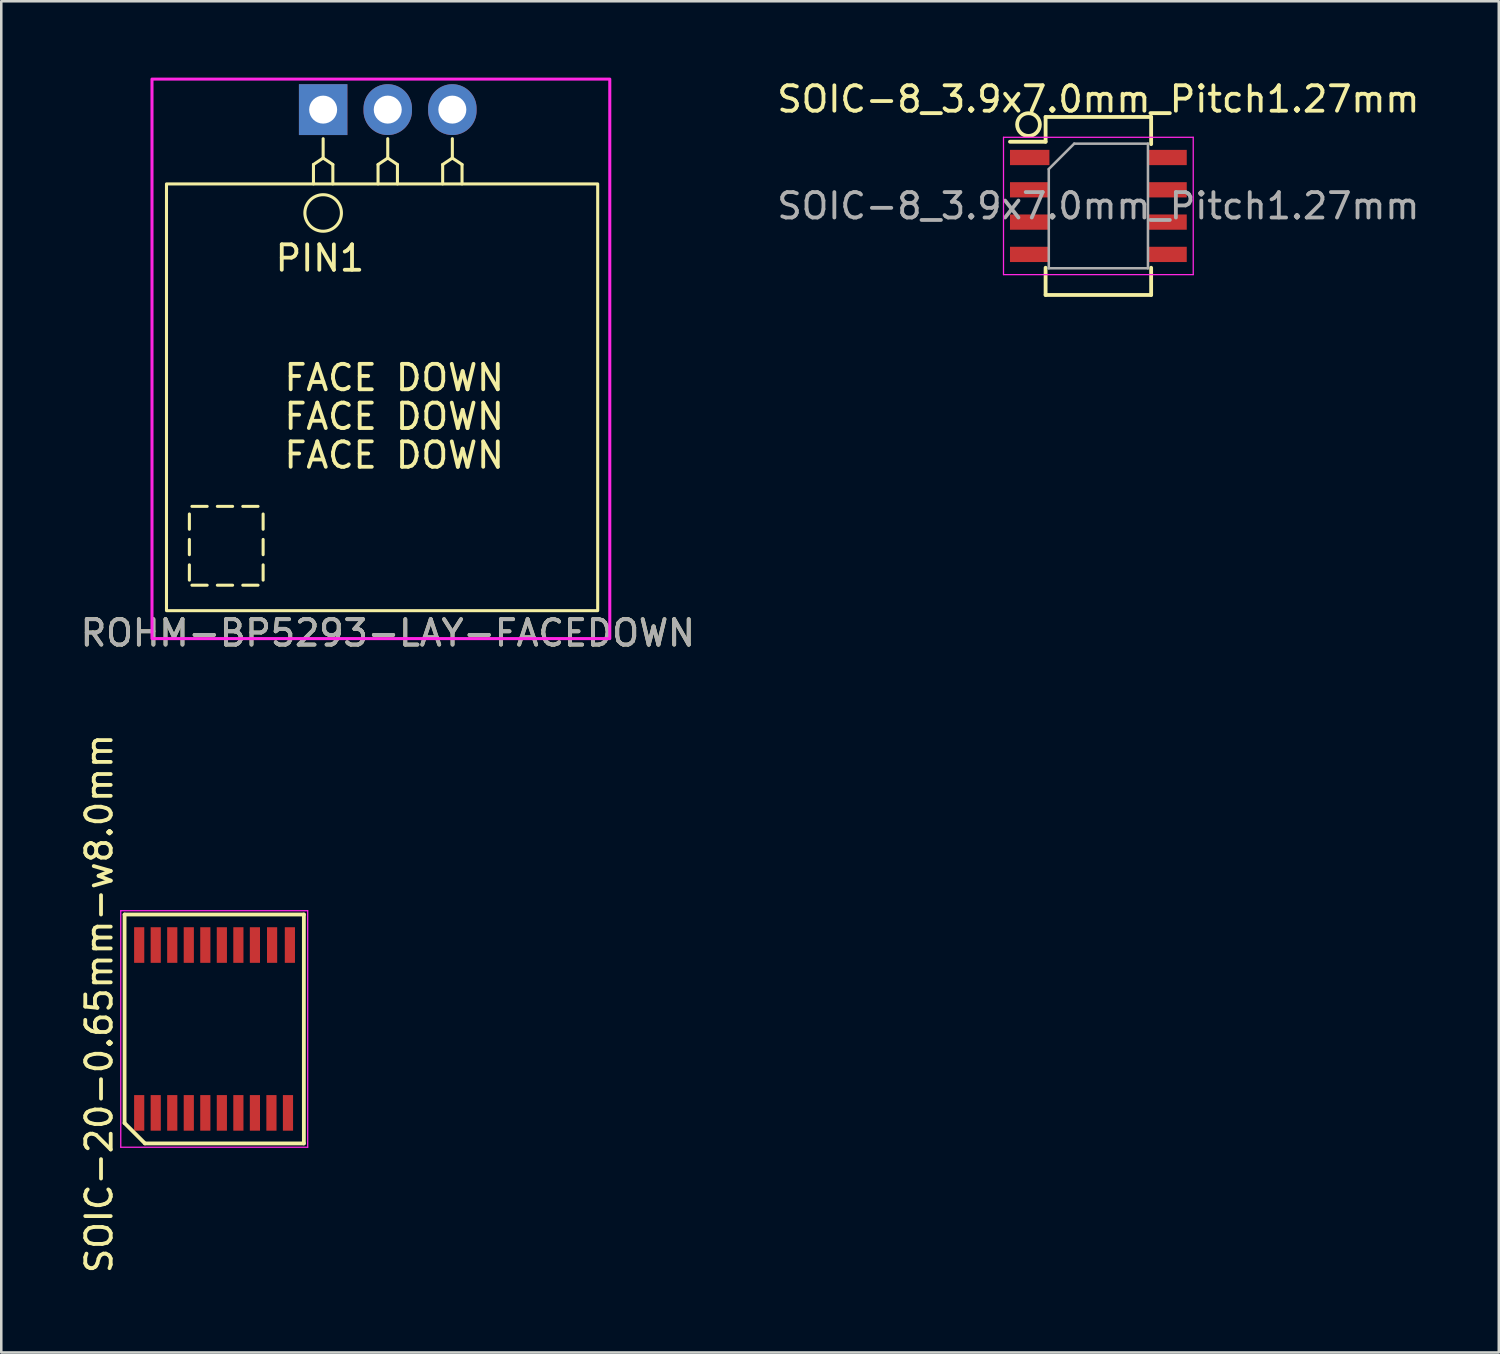
<source format=kicad_pcb>
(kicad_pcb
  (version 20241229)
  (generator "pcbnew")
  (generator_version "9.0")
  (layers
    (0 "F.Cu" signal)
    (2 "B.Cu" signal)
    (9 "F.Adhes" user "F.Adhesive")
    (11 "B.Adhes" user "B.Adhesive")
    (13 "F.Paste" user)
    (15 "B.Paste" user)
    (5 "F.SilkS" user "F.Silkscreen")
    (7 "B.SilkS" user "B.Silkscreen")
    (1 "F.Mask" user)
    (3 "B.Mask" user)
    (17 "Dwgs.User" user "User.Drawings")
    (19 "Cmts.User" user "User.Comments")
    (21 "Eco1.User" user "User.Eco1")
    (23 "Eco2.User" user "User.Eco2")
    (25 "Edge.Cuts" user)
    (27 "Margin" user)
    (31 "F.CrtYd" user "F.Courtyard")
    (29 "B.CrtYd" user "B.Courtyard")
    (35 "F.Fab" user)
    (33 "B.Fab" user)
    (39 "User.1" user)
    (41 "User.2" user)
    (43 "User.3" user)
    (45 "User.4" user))
  (footprint "ROHM-BP5293-LAY-FACEDOWN"
    (layer "F.Cu")
    (at 9.656 1.26)
    (property "Reference" "ROHM-BP5293-LAY-FACEDOWN" (at 2.54 20.58 0) (layer "F.SilkS") (effects (font (size 1 1) (thickness 0.15))))
    (attr through_hole)
    (fp_line (start -5.26 16.5) (end -5.26 15.9) (stroke (width 0.12) (type solid)) (layer "F.SilkS"))
    (fp_line (start -5.26 17.5) (end -5.26 16.9) (stroke (width 0.12) (type solid)) (layer "F.SilkS"))
    (fp_line (start -5.26 18.5) (end -5.26 17.9) (stroke (width 0.12) (type solid)) (layer "F.SilkS"))
    (fp_line (start -5.16 15.6) (end -4.56 15.6) (stroke (width 0.12) (type solid)) (layer "F.SilkS"))
    (fp_line (start -5.16 18.7) (end -4.56 18.7) (stroke (width 0.12) (type solid)) (layer "F.SilkS"))
    (fp_line (start -4.16 15.6) (end -3.56 15.6) (stroke (width 0.12) (type solid)) (layer "F.SilkS"))
    (fp_line (start -4.16 18.7) (end -3.56 18.7) (stroke (width 0.12) (type solid)) (layer "F.SilkS"))
    (fp_line (start -3.16 15.6) (end -2.56 15.6) (stroke (width 0.12) (type solid)) (layer "F.SilkS"))
    (fp_line (start -3.16 18.7) (end -2.56 18.7) (stroke (width 0.12) (type solid)) (layer "F.SilkS"))
    (fp_line (start -2.36 16.5) (end -2.36 15.9) (stroke (width 0.12) (type solid)) (layer "F.SilkS"))
    (fp_line (start -2.36 17.5) (end -2.36 16.9) (stroke (width 0.12) (type solid)) (layer "F.SilkS"))
    (fp_line (start -2.36 18.5) (end -2.36 17.9) (stroke (width 0.12) (type solid)) (layer "F.SilkS"))
    (fp_line (start -0.381 2.159) (end -0.381 2.921) (stroke (width 0.12) (type solid)) (layer "F.SilkS"))
    (fp_line (start 0 1.143) (end 0 1.905) (stroke (width 0.12) (type solid)) (layer "F.SilkS"))
    (fp_line (start 0 1.905) (end -0.381 2.159) (stroke (width 0.12) (type solid)) (layer "F.SilkS"))
    (fp_line (start 0 1.905) (end 0.381 2.159) (stroke (width 0.12) (type solid)) (layer "F.SilkS"))
    (fp_line (start 0.381 2.159) (end 0.381 2.921) (stroke (width 0.12) (type solid)) (layer "F.SilkS"))
    (fp_line (start 2.159 2.159) (end 2.159 2.921) (stroke (width 0.12) (type solid)) (layer "F.SilkS"))
    (fp_line (start 2.54 1.143) (end 2.54 1.905) (stroke (width 0.12) (type solid)) (layer "F.SilkS"))
    (fp_line (start 2.54 1.905) (end 2.159 2.159) (stroke (width 0.12) (type solid)) (layer "F.SilkS"))
    (fp_line (start 2.54 1.905) (end 2.921 2.159) (stroke (width 0.12) (type solid)) (layer "F.SilkS"))
    (fp_line (start 2.921 2.159) (end 2.921 2.921) (stroke (width 0.12) (type solid)) (layer "F.SilkS"))
    (fp_line (start 4.699 2.159) (end 4.699 2.921) (stroke (width 0.12) (type solid)) (layer "F.SilkS"))
    (fp_line (start 5.08 1.143) (end 5.08 1.905) (stroke (width 0.12) (type solid)) (layer "F.SilkS"))
    (fp_line (start 5.08 1.905) (end 4.699 2.159) (stroke (width 0.12) (type solid)) (layer "F.SilkS"))
    (fp_line (start 5.08 1.905) (end 5.461 2.159) (stroke (width 0.12) (type solid)) (layer "F.SilkS"))
    (fp_line (start 5.461 2.159) (end 5.461 2.921) (stroke (width 0.12) (type solid)) (layer "F.SilkS"))
    (fp_rect (start -6.16 2.921) (end 10.795 19.7) (stroke (width 0.12) (type solid)) (fill no) (layer "F.SilkS"))
    (fp_circle (center 0 4.064) (end 0.508 4.572) (stroke (width 0.12) (type solid)) (fill no) (layer "F.SilkS"))
    (fp_rect (start -6.73 -1.2) (end 11.27 20.8) (stroke (width 0.12) (type solid)) (fill no) (layer "F.CrtYd"))
    (fp_text user "PIN1" (at -0.127 5.842 0) (unlocked yes) (layer "F.SilkS") (effects (font (size 1 1) (thickness 0.15))))
    (fp_text user "FACE DOWN" (at 2.794 13.589 0) (unlocked yes) (layer "F.SilkS") (effects (font (size 1 1) (thickness 0.15))))
    (fp_text user "FACE DOWN" (at 2.794 10.541 0) (unlocked yes) (layer "F.SilkS") (effects (font (size 1 1) (thickness 0.15))))
    (fp_text user "FACE DOWN" (at 2.794 12.065 0) (unlocked yes) (layer "F.SilkS") (effects (font (size 1 1) (thickness 0.15))))
    (fp_text user "${REFERENCE}" (at 2.54 20.58 0) (layer "F.Fab") (effects (font (size 1 1) (thickness 0.15))))
    (pad "1" thru_hole rect (at 0 0) (size 1.905 2) (drill 1.1) (layers "*.Cu" "*.Mask"))
    (pad "2" thru_hole oval (at 2.54 0) (size 1.905 2) (drill 1.1) (layers "*.Cu" "*.Mask"))
    (pad "3" thru_hole oval (at 5.08 0) (size 1.905 2) (drill 1.1) (layers "*.Cu" "*.Mask")))
  (footprint "SOIC-20-0.65mm-w8.0mm"
    (layer "F.Cu")
    (at 5.348 37.408)
    (property "Reference" "SOIC-20-0.65mm-w8.0mm" (at -4.5 -1 90) (layer "F.SilkS") (effects (font (size 1 1) (thickness 0.15))))
    (attr smd)
    (fp_line (start -3.5 -4.5) (end 3.55 -4.5) (stroke (width 0.15) (type solid)) (layer "F.SilkS"))
    (fp_line (start -3.5 3.7) (end -3.5 -4.5) (stroke (width 0.15) (type solid)) (layer "F.SilkS"))
    (fp_line (start -2.7 4.5) (end -3.5 3.7) (stroke (width 0.15) (type solid)) (layer "F.SilkS"))
    (fp_line (start 3.55 -4.5) (end 3.55 4.5) (stroke (width 0.15) (type solid)) (layer "F.SilkS"))
    (fp_line (start 3.55 4.5) (end -2.7 4.5) (stroke (width 0.15) (type solid)) (layer "F.SilkS"))
    (fp_line (start -3.65 -4.65) (end 3.7 -4.65) (stroke (width 0.05) (type solid)) (layer "F.CrtYd"))
    (fp_line (start -3.65 4.65) (end -3.65 -4.65) (stroke (width 0.05) (type solid)) (layer "F.CrtYd"))
    (fp_line (start 3.7 -4.65) (end 3.7 4.65) (stroke (width 0.05) (type solid)) (layer "F.CrtYd"))
    (fp_line (start 3.7 4.65) (end -3.65 4.65) (stroke (width 0.05) (type solid)) (layer "F.CrtYd"))
    (pad "1" smd rect (at -2.925 3.3) (size 0.4 1.4) (layers "F.Cu" "F.Mask" "F.Paste"))
    (pad "2" smd rect (at -2.275 3.3) (size 0.4 1.4) (layers "F.Cu" "F.Mask" "F.Paste"))
    (pad "3" smd rect (at -1.625 3.3) (size 0.4 1.4) (layers "F.Cu" "F.Mask" "F.Paste"))
    (pad "4" smd rect (at -0.975 3.3) (size 0.4 1.4) (layers "F.Cu" "F.Mask" "F.Paste"))
    (pad "5" smd rect (at -0.325 3.3) (size 0.4 1.4) (layers "F.Cu" "F.Mask" "F.Paste"))
    (pad "6" smd rect (at 0.325 3.3) (size 0.4 1.4) (layers "F.Cu" "F.Mask" "F.Paste"))
    (pad "7" smd rect (at 0.975 3.3) (size 0.4 1.4) (layers "F.Cu" "F.Mask" "F.Paste"))
    (pad "8" smd rect (at 1.625 3.3) (size 0.4 1.4) (layers "F.Cu" "F.Mask" "F.Paste"))
    (pad "9" smd rect (at 2.275 3.3) (size 0.4 1.4) (layers "F.Cu" "F.Mask" "F.Paste"))
    (pad "10" smd rect (at 2.925 3.3) (size 0.4 1.4) (layers "F.Cu" "F.Mask" "F.Paste"))
    (pad "11" smd rect (at 3 -3.3) (size 0.4 1.4) (layers "F.Cu" "F.Mask" "F.Paste"))
    (pad "12" smd rect (at 2.3 -3.3) (size 0.4 1.4) (layers "F.Cu" "F.Mask" "F.Paste"))
    (pad "13" smd rect (at 1.625 -3.3) (size 0.4 1.4) (layers "F.Cu" "F.Mask" "F.Paste"))
    (pad "14" smd rect (at 0.975 -3.3) (size 0.4 1.4) (layers "F.Cu" "F.Mask" "F.Paste"))
    (pad "15" smd rect (at 0.325 -3.3) (size 0.4 1.4) (layers "F.Cu" "F.Mask" "F.Paste"))
    (pad "16" smd rect (at -0.325 -3.3) (size 0.4 1.4) (layers "F.Cu" "F.Mask" "F.Paste"))
    (pad "17" smd rect (at -0.975 -3.3) (size 0.4 1.4) (layers "F.Cu" "F.Mask" "F.Paste"))
    (pad "18" smd rect (at -1.625 -3.3) (size 0.4 1.4) (layers "F.Cu" "F.Mask" "F.Paste"))
    (pad "19" smd rect (at -2.275 -3.3) (size 0.4 1.4) (layers "F.Cu" "F.Mask" "F.Paste"))
    (pad "20" smd rect (at -2.925 -3.3) (size 0.4 1.4) (layers "F.Cu" "F.Mask" "F.Paste")))
  (footprint "SOIC-8_3.9x7.0mm_Pitch1.27mm"
    (layer "F.Cu")
    (at 40.137 5.048)
    (property "Reference" "SOIC-8_3.9x7.0mm_Pitch1.27mm" (at 0 -4.2 0) (layer "F.SilkS") (effects (font (size 1 1) (thickness 0.15))))
    (attr smd)
    (fp_line (start -2.075 -3.5) (end -2.075 -2.525) (stroke (width 0.15) (type solid)) (layer "F.SilkS"))
    (fp_line (start -2.075 -3.5) (end 2.075 -3.5) (stroke (width 0.15) (type solid)) (layer "F.SilkS"))
    (fp_line (start -2.075 -2.525) (end -3.475 -2.525) (stroke (width 0.15) (type solid)) (layer "F.SilkS"))
    (fp_line (start -2.075 3.5) (end -2.075 2.43) (stroke (width 0.15) (type solid)) (layer "F.SilkS"))
    (fp_line (start -2.075 3.5) (end 2.075 3.5) (stroke (width 0.15) (type solid)) (layer "F.SilkS"))
    (fp_line (start 2.075 -3.5) (end 2.075 -2.43) (stroke (width 0.15) (type solid)) (layer "F.SilkS"))
    (fp_line (start 2.075 3.5) (end 2.075 2.43) (stroke (width 0.15) (type solid)) (layer "F.SilkS"))
    (fp_circle (center -2.747 -3.2) (end -2.547 -2.8) (stroke (width 0.15) (type solid)) (fill no) (layer "F.SilkS"))
    (fp_line (start -3.73 -2.7) (end -3.73 2.7) (stroke (width 0.05) (type solid)) (layer "F.CrtYd"))
    (fp_line (start -3.73 -2.7) (end 3.73 -2.7) (stroke (width 0.05) (type solid)) (layer "F.CrtYd"))
    (fp_line (start -3.73 2.7) (end 3.73 2.7) (stroke (width 0.05) (type solid)) (layer "F.CrtYd"))
    (fp_line (start 3.73 -2.7) (end 3.73 2.7) (stroke (width 0.05) (type solid)) (layer "F.CrtYd"))
    (fp_line (start -1.95 -1.45) (end -0.95 -2.45) (stroke (width 0.1) (type solid)) (layer "F.Fab"))
    (fp_line (start -1.95 2.45) (end -1.95 -1.45) (stroke (width 0.1) (type solid)) (layer "F.Fab"))
    (fp_line (start -0.95 -2.45) (end 1.95 -2.45) (stroke (width 0.1) (type solid)) (layer "F.Fab"))
    (fp_line (start 1.95 -2.45) (end 1.95 2.45) (stroke (width 0.1) (type solid)) (layer "F.Fab"))
    (fp_line (start 1.95 2.45) (end -1.95 2.45) (stroke (width 0.1) (type solid)) (layer "F.Fab"))
    (fp_text user "${REFERENCE}" (at 0 0 0) (layer "F.Fab") (effects (font (size 1 1) (thickness 0.15))))
    (pad "1" smd rect (at -2.7 -1.905) (size 1.55 0.6) (layers "F.Cu" "F.Mask" "F.Paste"))
    (pad "2" smd rect (at -2.7 -0.635) (size 1.55 0.6) (layers "F.Cu" "F.Mask" "F.Paste"))
    (pad "3" smd rect (at -2.7 0.635) (size 1.55 0.6) (layers "F.Cu" "F.Mask" "F.Paste"))
    (pad "4" smd rect (at -2.7 1.905) (size 1.55 0.6) (layers "F.Cu" "F.Mask" "F.Paste"))
    (pad "5" smd rect (at 2.7 1.905) (size 1.55 0.6) (layers "F.Cu" "F.Mask" "F.Paste"))
    (pad "6" smd rect (at 2.7 0.635) (size 1.55 0.6) (layers "F.Cu" "F.Mask" "F.Paste"))
    (pad "7" smd rect (at 2.7 -0.635) (size 1.55 0.6) (layers "F.Cu" "F.Mask" "F.Paste"))
    (pad "8" smd rect (at 2.7 -1.905) (size 1.55 0.6) (layers "F.Cu" "F.Mask" "F.Paste")))
  (gr_rect
    (start -3 -3)
    (end 55.881 50.129)
    (stroke (width 0.1) (type default))
    (fill no)
    (layer "Edge.Cuts")))
</source>
